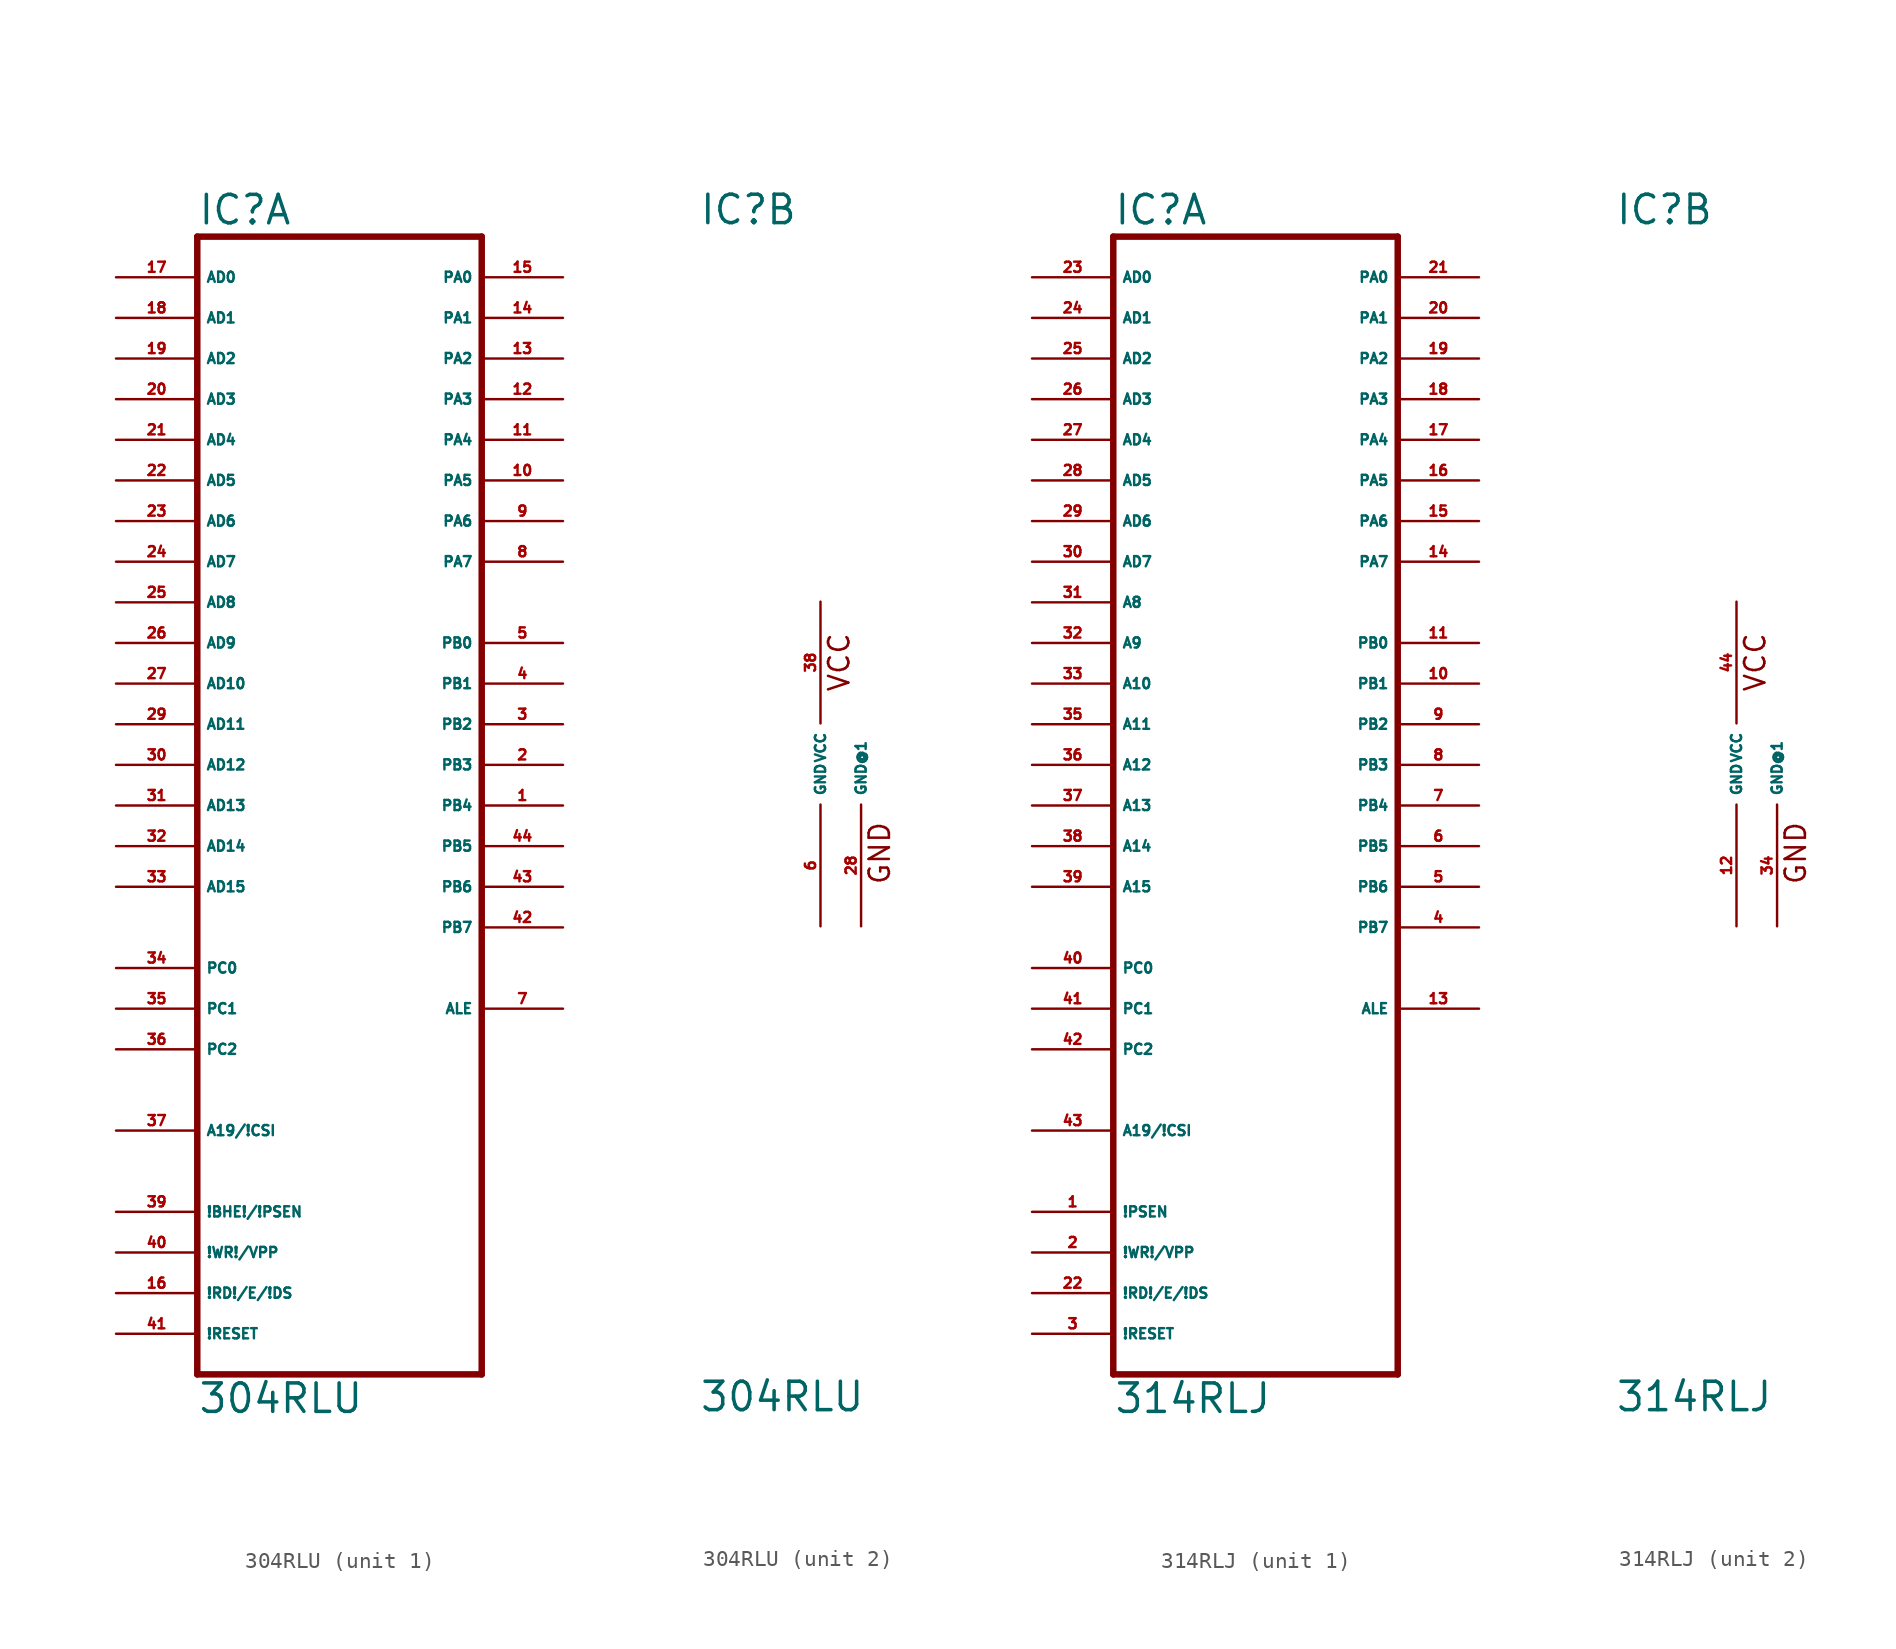
<source format=kicad_sym>
(kicad_symbol_lib
  (version 20220914)
  (generator Eagle2Kicad)
  (symbol "304RLU"
    (property "Reference" "IC"
      (at -7.62 33.655 0)
      (effects (font (size 1.778 1.778) (thickness 0.22)) (justify left bottom)))
    (property "Value" "304RLU"
      (at -7.62 -40.64 0)
      (effects (font (size 1.778 1.778) (thickness 0.22)) (justify left bottom)))
    (symbol "304RLU_1_0"
      (polyline (pts (xy -7.62 -38.1) (xy 10.16 -38.1)) (stroke (width 0.406) (type default)) (fill (type none)))
      (polyline (pts (xy 10.16 -38.1) (xy 10.16 33.02)) (stroke (width 0.406) (type default)) (fill (type none)))
      (polyline (pts (xy 10.16 33.02) (xy -7.62 33.02)) (stroke (width 0.406) (type default)) (fill (type none)))
      (polyline (pts (xy -7.62 33.02) (xy -7.62 -38.1)) (stroke (width 0.406) (type default)) (fill (type none)))
      (pin input line (at -12.7 30.48 0) (length 5.08) (name "AD0" (effects (font (size 0.635 0.635) (thickness 0.08)) (justify left bottom))) (number "17" (effects (font (size 0.635 0.635) (thickness 0.08)) (justify left bottom))))
      (pin input line (at -12.7 27.94 0) (length 5.08) (name "AD1" (effects (font (size 0.635 0.635) (thickness 0.08)) (justify left bottom))) (number "18" (effects (font (size 0.635 0.635) (thickness 0.08)) (justify left bottom))))
      (pin input line (at -12.7 25.4 0) (length 5.08) (name "AD2" (effects (font (size 0.635 0.635) (thickness 0.08)) (justify left bottom))) (number "19" (effects (font (size 0.635 0.635) (thickness 0.08)) (justify left bottom))))
      (pin input line (at -12.7 22.86 0) (length 5.08) (name "AD3" (effects (font (size 0.635 0.635) (thickness 0.08)) (justify left bottom))) (number "20" (effects (font (size 0.635 0.635) (thickness 0.08)) (justify left bottom))))
      (pin input line (at -12.7 20.32 0) (length 5.08) (name "AD4" (effects (font (size 0.635 0.635) (thickness 0.08)) (justify left bottom))) (number "21" (effects (font (size 0.635 0.635) (thickness 0.08)) (justify left bottom))))
      (pin input line (at -12.7 17.78 0) (length 5.08) (name "AD5" (effects (font (size 0.635 0.635) (thickness 0.08)) (justify left bottom))) (number "22" (effects (font (size 0.635 0.635) (thickness 0.08)) (justify left bottom))))
      (pin input line (at -12.7 15.24 0) (length 5.08) (name "AD6" (effects (font (size 0.635 0.635) (thickness 0.08)) (justify left bottom))) (number "23" (effects (font (size 0.635 0.635) (thickness 0.08)) (justify left bottom))))
      (pin input line (at -12.7 12.7 0) (length 5.08) (name "AD7" (effects (font (size 0.635 0.635) (thickness 0.08)) (justify left bottom))) (number "24" (effects (font (size 0.635 0.635) (thickness 0.08)) (justify left bottom))))
      (pin input line (at -12.7 10.16 0) (length 5.08) (name "AD8" (effects (font (size 0.635 0.635) (thickness 0.08)) (justify left bottom))) (number "25" (effects (font (size 0.635 0.635) (thickness 0.08)) (justify left bottom))))
      (pin input line (at -12.7 7.62 0) (length 5.08) (name "AD9" (effects (font (size 0.635 0.635) (thickness 0.08)) (justify left bottom))) (number "26" (effects (font (size 0.635 0.635) (thickness 0.08)) (justify left bottom))))
      (pin input line (at -12.7 5.08 0) (length 5.08) (name "AD10" (effects (font (size 0.635 0.635) (thickness 0.08)) (justify left bottom))) (number "27" (effects (font (size 0.635 0.635) (thickness 0.08)) (justify left bottom))))
      (pin input line (at -12.7 2.54 0) (length 5.08) (name "AD11" (effects (font (size 0.635 0.635) (thickness 0.08)) (justify left bottom))) (number "29" (effects (font (size 0.635 0.635) (thickness 0.08)) (justify left bottom))))
      (pin input line (at -12.7 0 0) (length 5.08) (name "AD12" (effects (font (size 0.635 0.635) (thickness 0.08)) (justify left bottom))) (number "30" (effects (font (size 0.635 0.635) (thickness 0.08)) (justify left bottom))))
      (pin input line (at -12.7 -2.54 0) (length 5.08) (name "AD13" (effects (font (size 0.635 0.635) (thickness 0.08)) (justify left bottom))) (number "31" (effects (font (size 0.635 0.635) (thickness 0.08)) (justify left bottom))))
      (pin input line (at -12.7 -5.08 0) (length 5.08) (name "AD14" (effects (font (size 0.635 0.635) (thickness 0.08)) (justify left bottom))) (number "32" (effects (font (size 0.635 0.635) (thickness 0.08)) (justify left bottom))))
      (pin input line (at -12.7 -7.62 0) (length 5.08) (name "AD15" (effects (font (size 0.635 0.635) (thickness 0.08)) (justify left bottom))) (number "33" (effects (font (size 0.635 0.635) (thickness 0.08)) (justify left bottom))))
      (pin input line (at -12.7 -12.7 0) (length 5.08) (name "PC0" (effects (font (size 0.635 0.635) (thickness 0.08)) (justify left bottom))) (number "34" (effects (font (size 0.635 0.635) (thickness 0.08)) (justify left bottom))))
      (pin input line (at -12.7 -15.24 0) (length 5.08) (name "PC1" (effects (font (size 0.635 0.635) (thickness 0.08)) (justify left bottom))) (number "35" (effects (font (size 0.635 0.635) (thickness 0.08)) (justify left bottom))))
      (pin input line (at -12.7 -17.78 0) (length 5.08) (name "PC2" (effects (font (size 0.635 0.635) (thickness 0.08)) (justify left bottom))) (number "36" (effects (font (size 0.635 0.635) (thickness 0.08)) (justify left bottom))))
      (pin input line (at -12.7 -22.86 0) (length 5.08) (name "A19/!CSI" (effects (font (size 0.635 0.635) (thickness 0.08)) (justify left bottom))) (number "37" (effects (font (size 0.635 0.635) (thickness 0.08)) (justify left bottom))))
      (pin bidirectional line (at 15.24 30.48 180) (length 5.08) (name "PA0" (effects (font (size 0.635 0.635) (thickness 0.08)) (justify left bottom))) (number "15" (effects (font (size 0.635 0.635) (thickness 0.08)) (justify left bottom))))
      (pin bidirectional line (at 15.24 27.94 180) (length 5.08) (name "PA1" (effects (font (size 0.635 0.635) (thickness 0.08)) (justify left bottom))) (number "14" (effects (font (size 0.635 0.635) (thickness 0.08)) (justify left bottom))))
      (pin bidirectional line (at 15.24 25.4 180) (length 5.08) (name "PA2" (effects (font (size 0.635 0.635) (thickness 0.08)) (justify left bottom))) (number "13" (effects (font (size 0.635 0.635) (thickness 0.08)) (justify left bottom))))
      (pin bidirectional line (at 15.24 22.86 180) (length 5.08) (name "PA3" (effects (font (size 0.635 0.635) (thickness 0.08)) (justify left bottom))) (number "12" (effects (font (size 0.635 0.635) (thickness 0.08)) (justify left bottom))))
      (pin bidirectional line (at 15.24 20.32 180) (length 5.08) (name "PA4" (effects (font (size 0.635 0.635) (thickness 0.08)) (justify left bottom))) (number "11" (effects (font (size 0.635 0.635) (thickness 0.08)) (justify left bottom))))
      (pin bidirectional line (at 15.24 17.78 180) (length 5.08) (name "PA5" (effects (font (size 0.635 0.635) (thickness 0.08)) (justify left bottom))) (number "10" (effects (font (size 0.635 0.635) (thickness 0.08)) (justify left bottom))))
      (pin bidirectional line (at 15.24 15.24 180) (length 5.08) (name "PA6" (effects (font (size 0.635 0.635) (thickness 0.08)) (justify left bottom))) (number "9" (effects (font (size 0.635 0.635) (thickness 0.08)) (justify left bottom))))
      (pin bidirectional line (at 15.24 12.7 180) (length 5.08) (name "PA7" (effects (font (size 0.635 0.635) (thickness 0.08)) (justify left bottom))) (number "8" (effects (font (size 0.635 0.635) (thickness 0.08)) (justify left bottom))))
      (pin output line (at 15.24 7.62 180) (length 5.08) (name "PB0" (effects (font (size 0.635 0.635) (thickness 0.08)) (justify left bottom))) (number "5" (effects (font (size 0.635 0.635) (thickness 0.08)) (justify left bottom))))
      (pin output line (at 15.24 5.08 180) (length 5.08) (name "PB1" (effects (font (size 0.635 0.635) (thickness 0.08)) (justify left bottom))) (number "4" (effects (font (size 0.635 0.635) (thickness 0.08)) (justify left bottom))))
      (pin output line (at 15.24 2.54 180) (length 5.08) (name "PB2" (effects (font (size 0.635 0.635) (thickness 0.08)) (justify left bottom))) (number "3" (effects (font (size 0.635 0.635) (thickness 0.08)) (justify left bottom))))
      (pin output line (at 15.24 0 180) (length 5.08) (name "PB3" (effects (font (size 0.635 0.635) (thickness 0.08)) (justify left bottom))) (number "2" (effects (font (size 0.635 0.635) (thickness 0.08)) (justify left bottom))))
      (pin output line (at 15.24 -2.54 180) (length 5.08) (name "PB4" (effects (font (size 0.635 0.635) (thickness 0.08)) (justify left bottom))) (number "1" (effects (font (size 0.635 0.635) (thickness 0.08)) (justify left bottom))))
      (pin output line (at 15.24 -5.08 180) (length 5.08) (name "PB5" (effects (font (size 0.635 0.635) (thickness 0.08)) (justify left bottom))) (number "44" (effects (font (size 0.635 0.635) (thickness 0.08)) (justify left bottom))))
      (pin output line (at 15.24 -7.62 180) (length 5.08) (name "PB6" (effects (font (size 0.635 0.635) (thickness 0.08)) (justify left bottom))) (number "43" (effects (font (size 0.635 0.635) (thickness 0.08)) (justify left bottom))))
      (pin output line (at 15.24 -10.16 180) (length 5.08) (name "PB7" (effects (font (size 0.635 0.635) (thickness 0.08)) (justify left bottom))) (number "42" (effects (font (size 0.635 0.635) (thickness 0.08)) (justify left bottom))))
      (pin output line (at 15.24 -15.24 180) (length 5.08) (name "ALE" (effects (font (size 0.635 0.635) (thickness 0.08)) (justify left bottom))) (number "7" (effects (font (size 0.635 0.635) (thickness 0.08)) (justify left bottom))))
      (pin input line (at -12.7 -27.94 0) (length 5.08) (name "!BHE!/!PSEN" (effects (font (size 0.635 0.635) (thickness 0.08)) (justify left bottom))) (number "39" (effects (font (size 0.635 0.635) (thickness 0.08)) (justify left bottom))))
      (pin input line (at -12.7 -30.48 0) (length 5.08) (name "!WR!/VPP" (effects (font (size 0.635 0.635) (thickness 0.08)) (justify left bottom))) (number "40" (effects (font (size 0.635 0.635) (thickness 0.08)) (justify left bottom))))
      (pin input line (at -12.7 -33.02 0) (length 5.08) (name "!RD!/E/!DS" (effects (font (size 0.635 0.635) (thickness 0.08)) (justify left bottom))) (number "16" (effects (font (size 0.635 0.635) (thickness 0.08)) (justify left bottom))))
      (pin input line (at -12.7 -35.56 0) (length 5.08) (name "!RESET" (effects (font (size 0.635 0.635) (thickness 0.08)) (justify left bottom))) (number "41" (effects (font (size 0.635 0.635) (thickness 0.08)) (justify left bottom)))))
    (symbol "304RLU_2_0"
      (text "VCC" (at 1.905 4.445 900) (effects (font (size 1.27 1.27) (thickness 0.16)) (justify left bottom)))
      (text "GND" (at 4.445 -7.62 900) (effects (font (size 1.27 1.27) (thickness 0.16)) (justify left bottom)))
      (pin unspecified line (at 0 10.16 270) (length 7.62) (name "VCC" (effects (font (size 0.635 0.635) (thickness 0.08)) (justify left bottom))) (number "38" (effects (font (size 0.635 0.635) (thickness 0.08)) (justify left bottom))))
      (pin unspecified line (at 0 -10.16 90) (length 7.62) (name "GND" (effects (font (size 0.635 0.635) (thickness 0.08)) (justify left bottom))) (number "6" (effects (font (size 0.635 0.635) (thickness 0.08)) (justify left bottom))))
      (pin unspecified line (at 2.54 -10.16 90) (length 7.62) (name "GND@1" (effects (font (size 0.635 0.635) (thickness 0.08)) (justify left bottom))) (number "28" (effects (font (size 0.635 0.635) (thickness 0.08)) (justify left bottom))))))
  (symbol "314RLJ"
    (property "Reference" "IC"
      (at -7.62 33.655 0)
      (effects (font (size 1.778 1.778) (thickness 0.22)) (justify left bottom)))
    (property "Value" "314RLJ"
      (at -7.62 -40.64 0)
      (effects (font (size 1.778 1.778) (thickness 0.22)) (justify left bottom)))
    (symbol "314RLJ_1_0"
      (polyline (pts (xy -7.62 -38.1) (xy 10.16 -38.1)) (stroke (width 0.406) (type default)) (fill (type none)))
      (polyline (pts (xy 10.16 -38.1) (xy 10.16 33.02)) (stroke (width 0.406) (type default)) (fill (type none)))
      (polyline (pts (xy 10.16 33.02) (xy -7.62 33.02)) (stroke (width 0.406) (type default)) (fill (type none)))
      (polyline (pts (xy -7.62 33.02) (xy -7.62 -38.1)) (stroke (width 0.406) (type default)) (fill (type none)))
      (pin input line (at -12.7 30.48 0) (length 5.08) (name "AD0" (effects (font (size 0.635 0.635) (thickness 0.08)) (justify left bottom))) (number "23" (effects (font (size 0.635 0.635) (thickness 0.08)) (justify left bottom))))
      (pin input line (at -12.7 27.94 0) (length 5.08) (name "AD1" (effects (font (size 0.635 0.635) (thickness 0.08)) (justify left bottom))) (number "24" (effects (font (size 0.635 0.635) (thickness 0.08)) (justify left bottom))))
      (pin input line (at -12.7 25.4 0) (length 5.08) (name "AD2" (effects (font (size 0.635 0.635) (thickness 0.08)) (justify left bottom))) (number "25" (effects (font (size 0.635 0.635) (thickness 0.08)) (justify left bottom))))
      (pin input line (at -12.7 22.86 0) (length 5.08) (name "AD3" (effects (font (size 0.635 0.635) (thickness 0.08)) (justify left bottom))) (number "26" (effects (font (size 0.635 0.635) (thickness 0.08)) (justify left bottom))))
      (pin input line (at -12.7 20.32 0) (length 5.08) (name "AD4" (effects (font (size 0.635 0.635) (thickness 0.08)) (justify left bottom))) (number "27" (effects (font (size 0.635 0.635) (thickness 0.08)) (justify left bottom))))
      (pin input line (at -12.7 17.78 0) (length 5.08) (name "AD5" (effects (font (size 0.635 0.635) (thickness 0.08)) (justify left bottom))) (number "28" (effects (font (size 0.635 0.635) (thickness 0.08)) (justify left bottom))))
      (pin input line (at -12.7 15.24 0) (length 5.08) (name "AD6" (effects (font (size 0.635 0.635) (thickness 0.08)) (justify left bottom))) (number "29" (effects (font (size 0.635 0.635) (thickness 0.08)) (justify left bottom))))
      (pin input line (at -12.7 12.7 0) (length 5.08) (name "AD7" (effects (font (size 0.635 0.635) (thickness 0.08)) (justify left bottom))) (number "30" (effects (font (size 0.635 0.635) (thickness 0.08)) (justify left bottom))))
      (pin input line (at -12.7 10.16 0) (length 5.08) (name "A8" (effects (font (size 0.635 0.635) (thickness 0.08)) (justify left bottom))) (number "31" (effects (font (size 0.635 0.635) (thickness 0.08)) (justify left bottom))))
      (pin input line (at -12.7 7.62 0) (length 5.08) (name "A9" (effects (font (size 0.635 0.635) (thickness 0.08)) (justify left bottom))) (number "32" (effects (font (size 0.635 0.635) (thickness 0.08)) (justify left bottom))))
      (pin input line (at -12.7 5.08 0) (length 5.08) (name "A10" (effects (font (size 0.635 0.635) (thickness 0.08)) (justify left bottom))) (number "33" (effects (font (size 0.635 0.635) (thickness 0.08)) (justify left bottom))))
      (pin input line (at -12.7 2.54 0) (length 5.08) (name "A11" (effects (font (size 0.635 0.635) (thickness 0.08)) (justify left bottom))) (number "35" (effects (font (size 0.635 0.635) (thickness 0.08)) (justify left bottom))))
      (pin input line (at -12.7 0 0) (length 5.08) (name "A12" (effects (font (size 0.635 0.635) (thickness 0.08)) (justify left bottom))) (number "36" (effects (font (size 0.635 0.635) (thickness 0.08)) (justify left bottom))))
      (pin input line (at -12.7 -2.54 0) (length 5.08) (name "A13" (effects (font (size 0.635 0.635) (thickness 0.08)) (justify left bottom))) (number "37" (effects (font (size 0.635 0.635) (thickness 0.08)) (justify left bottom))))
      (pin input line (at -12.7 -5.08 0) (length 5.08) (name "A14" (effects (font (size 0.635 0.635) (thickness 0.08)) (justify left bottom))) (number "38" (effects (font (size 0.635 0.635) (thickness 0.08)) (justify left bottom))))
      (pin input line (at -12.7 -7.62 0) (length 5.08) (name "A15" (effects (font (size 0.635 0.635) (thickness 0.08)) (justify left bottom))) (number "39" (effects (font (size 0.635 0.635) (thickness 0.08)) (justify left bottom))))
      (pin input line (at -12.7 -12.7 0) (length 5.08) (name "PC0" (effects (font (size 0.635 0.635) (thickness 0.08)) (justify left bottom))) (number "40" (effects (font (size 0.635 0.635) (thickness 0.08)) (justify left bottom))))
      (pin input line (at -12.7 -15.24 0) (length 5.08) (name "PC1" (effects (font (size 0.635 0.635) (thickness 0.08)) (justify left bottom))) (number "41" (effects (font (size 0.635 0.635) (thickness 0.08)) (justify left bottom))))
      (pin input line (at -12.7 -17.78 0) (length 5.08) (name "PC2" (effects (font (size 0.635 0.635) (thickness 0.08)) (justify left bottom))) (number "42" (effects (font (size 0.635 0.635) (thickness 0.08)) (justify left bottom))))
      (pin input line (at -12.7 -22.86 0) (length 5.08) (name "A19/!CSI" (effects (font (size 0.635 0.635) (thickness 0.08)) (justify left bottom))) (number "43" (effects (font (size 0.635 0.635) (thickness 0.08)) (justify left bottom))))
      (pin bidirectional line (at 15.24 30.48 180) (length 5.08) (name "PA0" (effects (font (size 0.635 0.635) (thickness 0.08)) (justify left bottom))) (number "21" (effects (font (size 0.635 0.635) (thickness 0.08)) (justify left bottom))))
      (pin bidirectional line (at 15.24 27.94 180) (length 5.08) (name "PA1" (effects (font (size 0.635 0.635) (thickness 0.08)) (justify left bottom))) (number "20" (effects (font (size 0.635 0.635) (thickness 0.08)) (justify left bottom))))
      (pin bidirectional line (at 15.24 25.4 180) (length 5.08) (name "PA2" (effects (font (size 0.635 0.635) (thickness 0.08)) (justify left bottom))) (number "19" (effects (font (size 0.635 0.635) (thickness 0.08)) (justify left bottom))))
      (pin bidirectional line (at 15.24 22.86 180) (length 5.08) (name "PA3" (effects (font (size 0.635 0.635) (thickness 0.08)) (justify left bottom))) (number "18" (effects (font (size 0.635 0.635) (thickness 0.08)) (justify left bottom))))
      (pin bidirectional line (at 15.24 20.32 180) (length 5.08) (name "PA4" (effects (font (size 0.635 0.635) (thickness 0.08)) (justify left bottom))) (number "17" (effects (font (size 0.635 0.635) (thickness 0.08)) (justify left bottom))))
      (pin bidirectional line (at 15.24 17.78 180) (length 5.08) (name "PA5" (effects (font (size 0.635 0.635) (thickness 0.08)) (justify left bottom))) (number "16" (effects (font (size 0.635 0.635) (thickness 0.08)) (justify left bottom))))
      (pin bidirectional line (at 15.24 15.24 180) (length 5.08) (name "PA6" (effects (font (size 0.635 0.635) (thickness 0.08)) (justify left bottom))) (number "15" (effects (font (size 0.635 0.635) (thickness 0.08)) (justify left bottom))))
      (pin bidirectional line (at 15.24 12.7 180) (length 5.08) (name "PA7" (effects (font (size 0.635 0.635) (thickness 0.08)) (justify left bottom))) (number "14" (effects (font (size 0.635 0.635) (thickness 0.08)) (justify left bottom))))
      (pin output line (at 15.24 7.62 180) (length 5.08) (name "PB0" (effects (font (size 0.635 0.635) (thickness 0.08)) (justify left bottom))) (number "11" (effects (font (size 0.635 0.635) (thickness 0.08)) (justify left bottom))))
      (pin output line (at 15.24 5.08 180) (length 5.08) (name "PB1" (effects (font (size 0.635 0.635) (thickness 0.08)) (justify left bottom))) (number "10" (effects (font (size 0.635 0.635) (thickness 0.08)) (justify left bottom))))
      (pin output line (at 15.24 2.54 180) (length 5.08) (name "PB2" (effects (font (size 0.635 0.635) (thickness 0.08)) (justify left bottom))) (number "9" (effects (font (size 0.635 0.635) (thickness 0.08)) (justify left bottom))))
      (pin output line (at 15.24 0 180) (length 5.08) (name "PB3" (effects (font (size 0.635 0.635) (thickness 0.08)) (justify left bottom))) (number "8" (effects (font (size 0.635 0.635) (thickness 0.08)) (justify left bottom))))
      (pin output line (at 15.24 -2.54 180) (length 5.08) (name "PB4" (effects (font (size 0.635 0.635) (thickness 0.08)) (justify left bottom))) (number "7" (effects (font (size 0.635 0.635) (thickness 0.08)) (justify left bottom))))
      (pin output line (at 15.24 -5.08 180) (length 5.08) (name "PB5" (effects (font (size 0.635 0.635) (thickness 0.08)) (justify left bottom))) (number "6" (effects (font (size 0.635 0.635) (thickness 0.08)) (justify left bottom))))
      (pin output line (at 15.24 -7.62 180) (length 5.08) (name "PB6" (effects (font (size 0.635 0.635) (thickness 0.08)) (justify left bottom))) (number "5" (effects (font (size 0.635 0.635) (thickness 0.08)) (justify left bottom))))
      (pin output line (at 15.24 -10.16 180) (length 5.08) (name "PB7" (effects (font (size 0.635 0.635) (thickness 0.08)) (justify left bottom))) (number "4" (effects (font (size 0.635 0.635) (thickness 0.08)) (justify left bottom))))
      (pin output line (at 15.24 -15.24 180) (length 5.08) (name "ALE" (effects (font (size 0.635 0.635) (thickness 0.08)) (justify left bottom))) (number "13" (effects (font (size 0.635 0.635) (thickness 0.08)) (justify left bottom))))
      (pin input line (at -12.7 -27.94 0) (length 5.08) (name "!PSEN" (effects (font (size 0.635 0.635) (thickness 0.08)) (justify left bottom))) (number "1" (effects (font (size 0.635 0.635) (thickness 0.08)) (justify left bottom))))
      (pin input line (at -12.7 -30.48 0) (length 5.08) (name "!WR!/VPP" (effects (font (size 0.635 0.635) (thickness 0.08)) (justify left bottom))) (number "2" (effects (font (size 0.635 0.635) (thickness 0.08)) (justify left bottom))))
      (pin input line (at -12.7 -33.02 0) (length 5.08) (name "!RD!/E/!DS" (effects (font (size 0.635 0.635) (thickness 0.08)) (justify left bottom))) (number "22" (effects (font (size 0.635 0.635) (thickness 0.08)) (justify left bottom))))
      (pin input line (at -12.7 -35.56 0) (length 5.08) (name "!RESET" (effects (font (size 0.635 0.635) (thickness 0.08)) (justify left bottom))) (number "3" (effects (font (size 0.635 0.635) (thickness 0.08)) (justify left bottom)))))
    (symbol "314RLJ_2_0"
      (text "VCC" (at 1.905 4.445 900) (effects (font (size 1.27 1.27) (thickness 0.16)) (justify left bottom)))
      (text "GND" (at 4.445 -7.62 900) (effects (font (size 1.27 1.27) (thickness 0.16)) (justify left bottom)))
      (pin unspecified line (at 0 10.16 270) (length 7.62) (name "VCC" (effects (font (size 0.635 0.635) (thickness 0.08)) (justify left bottom))) (number "44" (effects (font (size 0.635 0.635) (thickness 0.08)) (justify left bottom))))
      (pin unspecified line (at 0 -10.16 90) (length 7.62) (name "GND" (effects (font (size 0.635 0.635) (thickness 0.08)) (justify left bottom))) (number "12" (effects (font (size 0.635 0.635) (thickness 0.08)) (justify left bottom))))
      (pin unspecified line (at 2.54 -10.16 90) (length 7.62) (name "GND@1" (effects (font (size 0.635 0.635) (thickness 0.08)) (justify left bottom))) (number "34" (effects (font (size 0.635 0.635) (thickness 0.08)) (justify left bottom)))))))
</source>
